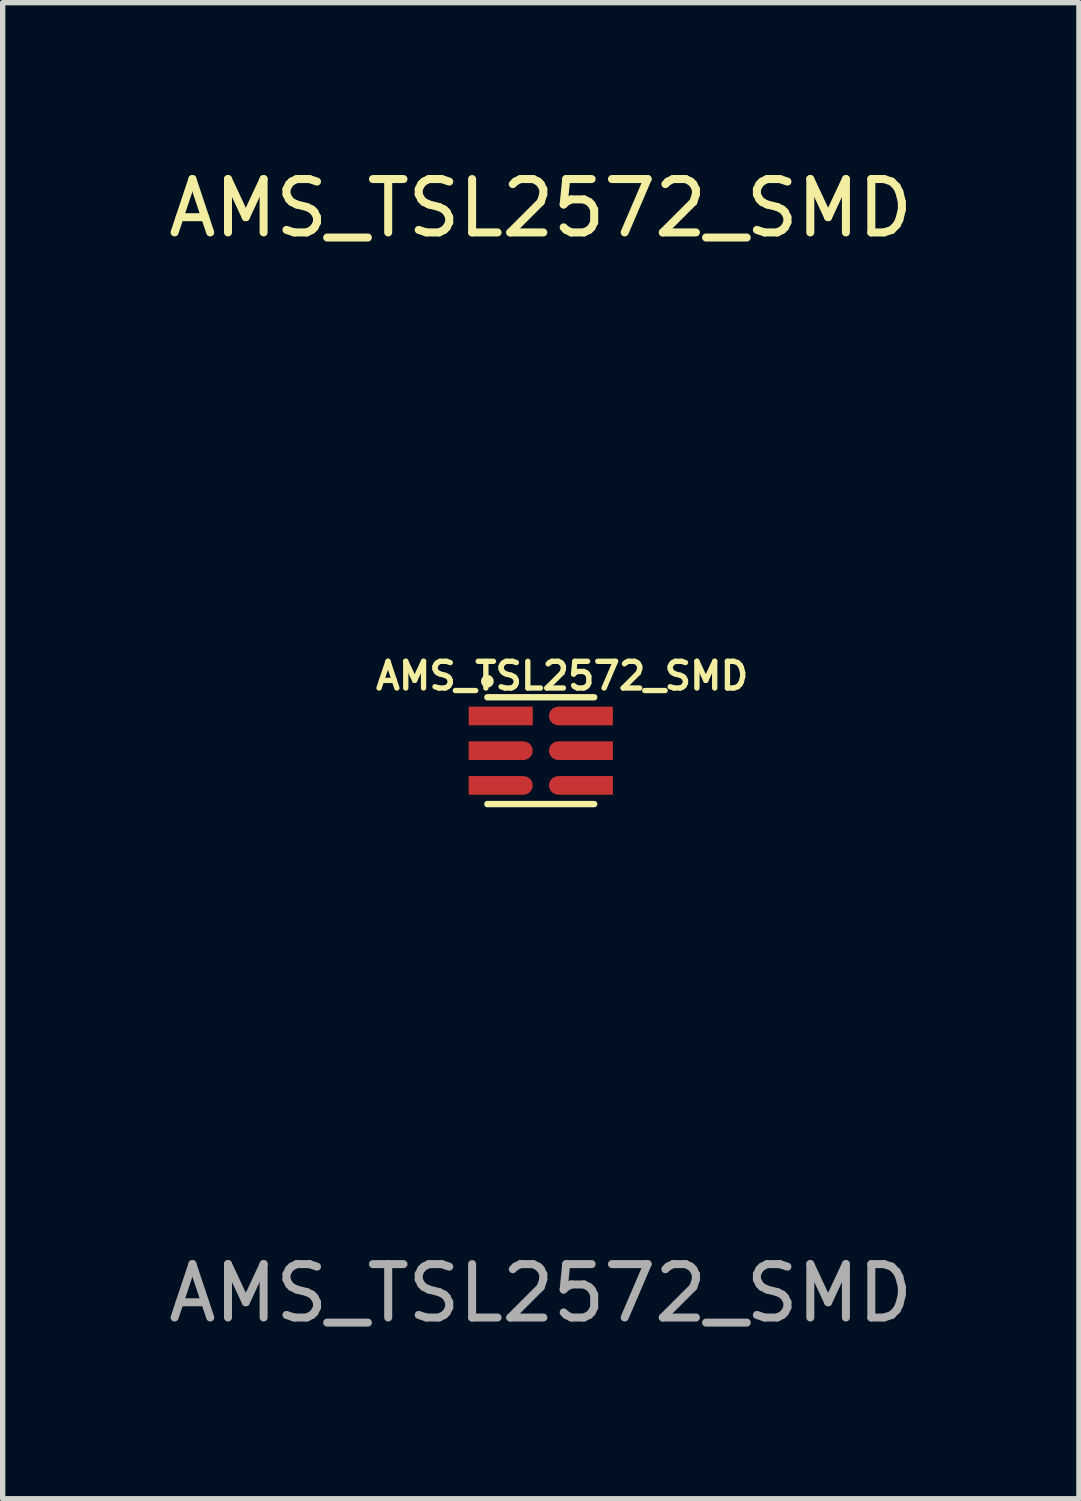
<source format=kicad_pcb>
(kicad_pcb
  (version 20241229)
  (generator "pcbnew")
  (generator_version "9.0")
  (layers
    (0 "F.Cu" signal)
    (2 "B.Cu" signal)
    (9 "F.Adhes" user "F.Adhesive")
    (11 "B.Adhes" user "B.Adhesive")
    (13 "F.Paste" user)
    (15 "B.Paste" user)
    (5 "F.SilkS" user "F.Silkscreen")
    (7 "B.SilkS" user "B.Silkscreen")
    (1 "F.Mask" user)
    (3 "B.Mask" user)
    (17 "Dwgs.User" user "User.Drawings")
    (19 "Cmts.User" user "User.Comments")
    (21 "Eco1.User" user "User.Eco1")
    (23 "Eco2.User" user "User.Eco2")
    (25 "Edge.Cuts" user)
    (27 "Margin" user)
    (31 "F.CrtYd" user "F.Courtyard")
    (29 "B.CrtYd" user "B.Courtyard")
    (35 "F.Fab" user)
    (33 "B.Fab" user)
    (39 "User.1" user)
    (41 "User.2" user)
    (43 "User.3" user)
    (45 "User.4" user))
  (footprint "AMS_TSL2572_SMD"
    (layer "F.Cu")
    (at 7.077 11.008)
    (property "Reference" "AMS_TSL2572_SMD" (at 0 -10.16 0) (unlocked yes) (layer "F.SilkS") (effects (font (size 1 1) (thickness 0.15))))
    (attr smd)
    (fp_line (start -1 -1) (end 1 -1) (stroke (width 0.12) (type solid)) (layer "F.SilkS"))
    (fp_line (start -1 1) (end 1 1) (stroke (width 0.12) (type solid)) (layer "F.SilkS"))
    (fp_circle (center -1 -1.3) (end -1 -1.3) (stroke (width 0.12) (type solid)) (fill no) (layer "F.SilkS"))
    (fp_text user "${REFERENCE}" (at 0.4 -1.4 0) (unlocked yes) (layer "F.SilkS") (effects (font (size 0.5 0.5) (thickness 0.1))))
    (fp_text user "${REFERENCE}" (at 0 10.16 0) (unlocked yes) (layer "F.Fab") (effects (font (size 1 1) (thickness 0.15))))
    (pad "1" smd rect (at -0.75 -0.65) (size 1.2 0.35) (layers "F.Cu" "F.Mask" "F.Paste"))
    (pad "2" smd custom (at -0.838 0) (size 1.025 0.35) (layers "F.Cu" "F.Mask" "F.Paste") (options (anchor rect)) (primitives (gr_circle (center 0.512 0) (end 0.688 0) (width 0) (fill yes))))
    (pad "3" smd custom (at -0.838 0.65) (size 1.025 0.35) (layers "F.Cu" "F.Mask" "F.Paste") (options (anchor rect)) (primitives (gr_circle (center 0.512 0) (end 0.688 0) (width 0) (fill yes))))
    (pad "4" smd custom (at 0.838 0.65) (size 1.025 0.35) (layers "F.Cu" "F.Mask" "F.Paste") (options (anchor rect)) (primitives (gr_circle (center -0.512 0) (end -0.338 0) (width 0) (fill yes))))
    (pad "5" smd custom (at 0.838 0) (size 1.025 0.35) (layers "F.Cu" "F.Mask" "F.Paste") (options (anchor rect)) (primitives (gr_circle (center -0.512 0) (end -0.338 0) (width 0) (fill yes))))
    (pad "6" smd custom (at 0.838 -0.65) (size 1.025 0.35) (layers "F.Cu" "F.Mask" "F.Paste") (options (anchor rect)) (primitives (gr_circle (center -0.512 0) (end -0.338 0) (width 0) (fill yes)))))
  (gr_rect
    (start -3 -3)
    (end 17.155 25.017)
    (stroke (width 0.1) (type default))
    (fill no)
    (layer "Edge.Cuts")))
</source>
